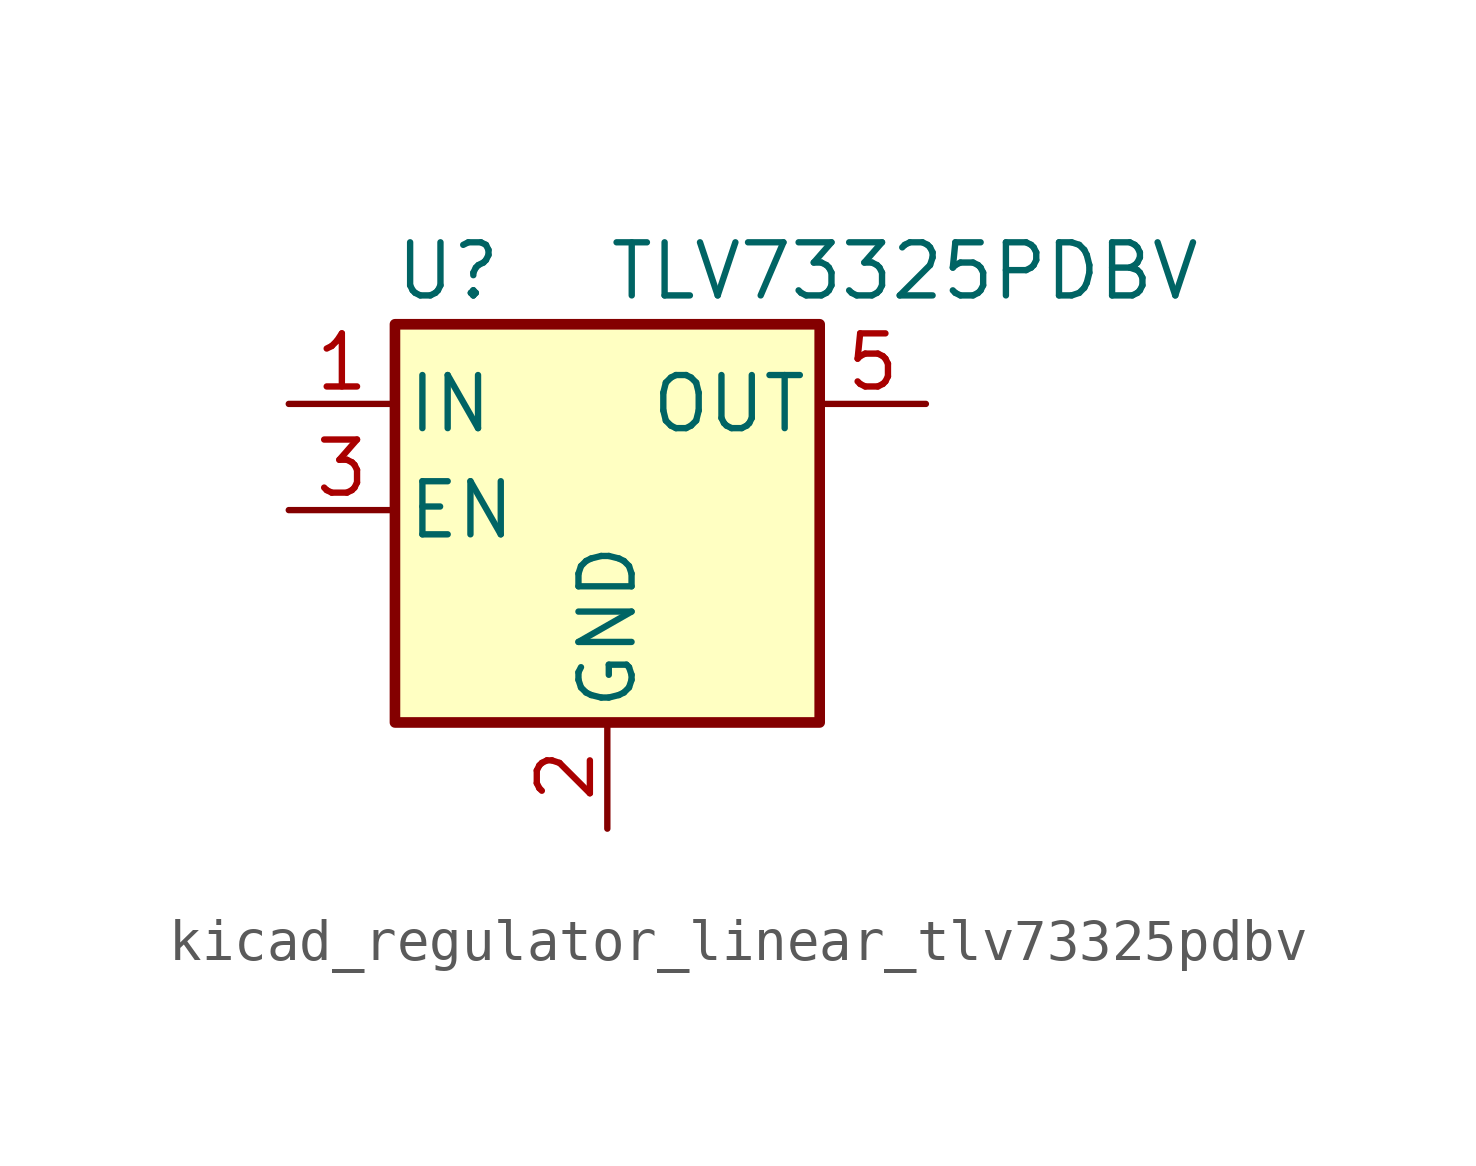
<source format=kicad_sym>
(kicad_symbol_lib
  (version 20220914)
  (generator kicad_symbol_editor)
  (symbol "kicad_regulator_linear_tlv73325pdbv"
    (pin_names
      (offset 0.254))
    (property "Reference" "U"
      (at -3.81 5.715 0)
      (effects (font (size 1.27 1.27))))
    (property "Value" "TLV73325PDBV"
      (at 0 5.715 0)
      (effects (font (size 1.27 1.27)) (justify left)))
    (symbol "kicad_regulator_linear_tlv73325pdbv_0_1"
      (rectangle (start -5.08 4.445) (end 5.08 -5.08) (stroke (width 0.254) (type default)) (fill (type background))))
    (symbol "kicad_regulator_linear_tlv73325pdbv_1_1"
      (pin power_in line (at -7.62 2.54 0) (length 2.54) (name "IN" (effects (font (size 1.27 1.27)))) (number "1" (effects (font (size 1.27 1.27)))))
      (pin power_in line (at 0 -7.62 90) (length 2.54) (name "GND" (effects (font (size 1.27 1.27)))) (number "2" (effects (font (size 1.27 1.27)))))
      (pin input line (at -7.62 0 0) (length 2.54) (name "EN" (effects (font (size 1.27 1.27)))) (number "3" (effects (font (size 1.27 1.27)))))
      (pin no_connect line (at 5.08 0 180) (length 2.54) hide (name "NC" (effects (font (size 1.27 1.27)))) (number "4" (effects (font (size 1.27 1.27)))))
      (pin power_out line (at 7.62 2.54 180) (length 2.54) (name "OUT" (effects (font (size 1.27 1.27)))) (number "5" (effects (font (size 1.27 1.27))))))))
</source>
